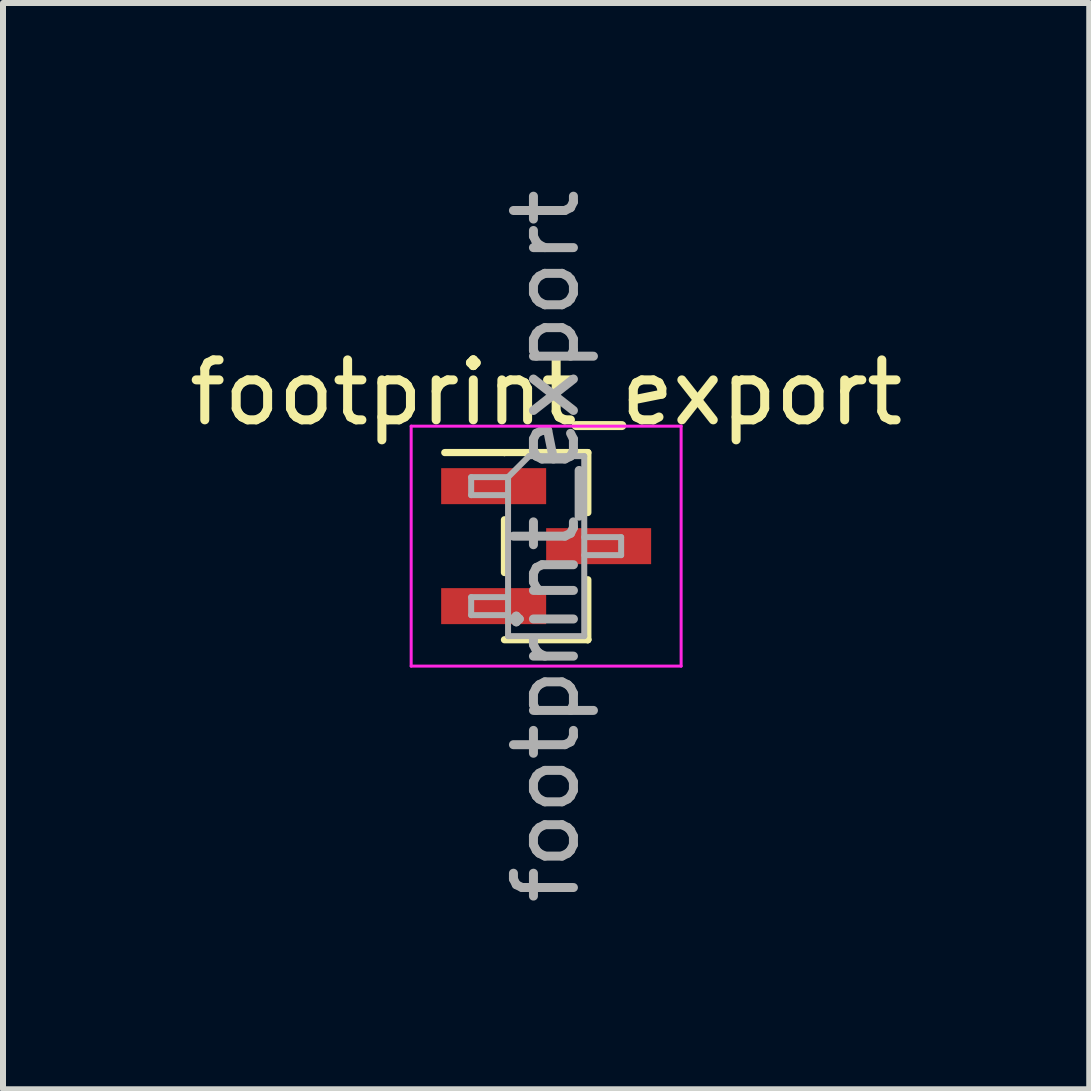
<source format=kicad_pcb>
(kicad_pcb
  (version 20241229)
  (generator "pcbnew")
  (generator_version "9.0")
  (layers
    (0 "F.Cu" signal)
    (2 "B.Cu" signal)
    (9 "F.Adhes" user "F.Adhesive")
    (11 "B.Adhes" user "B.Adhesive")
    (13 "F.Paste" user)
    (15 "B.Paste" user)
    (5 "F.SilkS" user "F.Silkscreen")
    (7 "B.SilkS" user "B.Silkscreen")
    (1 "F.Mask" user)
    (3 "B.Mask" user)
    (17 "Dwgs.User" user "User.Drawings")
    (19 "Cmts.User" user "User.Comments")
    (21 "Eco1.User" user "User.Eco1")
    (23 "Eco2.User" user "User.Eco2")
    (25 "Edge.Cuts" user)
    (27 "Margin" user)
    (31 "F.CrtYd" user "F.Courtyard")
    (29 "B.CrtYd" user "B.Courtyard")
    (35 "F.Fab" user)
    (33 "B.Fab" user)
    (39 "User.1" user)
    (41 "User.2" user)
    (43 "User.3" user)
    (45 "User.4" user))
  (footprint "footprint_export"
    (layer "F.Cu")
    (at 6.054 6.054)
    (property "Reference" "footprint_export" (at 0 -2.56 0) (layer "F.SilkS") (effects (font (size 1 1) (thickness 0.15))))
    (attr smd)
    (fp_line (start -0.695 -1.56) (end -1.69 -1.56) (stroke (width 0.12) (type solid)) (layer "F.SilkS"))
    (fp_line (start -0.695 -1.56) (end -0.695 -1.56) (stroke (width 0.12) (type solid)) (layer "F.SilkS"))
    (fp_line (start -0.695 -1.56) (end 0.695 -1.56) (stroke (width 0.12) (type solid)) (layer "F.SilkS"))
    (fp_line (start -0.695 -0.44) (end -0.695 0.44) (stroke (width 0.12) (type solid)) (layer "F.SilkS"))
    (fp_line (start -0.695 1.56) (end 0.695 1.56) (stroke (width 0.12) (type solid)) (layer "F.SilkS"))
    (fp_line (start 0.695 -1.56) (end 0.695 -0.56) (stroke (width 0.12) (type solid)) (layer "F.SilkS"))
    (fp_line (start 0.695 0.56) (end 0.695 1.56) (stroke (width 0.12) (type solid)) (layer "F.SilkS"))
    (fp_line (start 0.695 1.56) (end 0.695 1.56) (stroke (width 0.12) (type solid)) (layer "F.SilkS"))
    (fp_line (start -2.25 -2) (end -2.25 2) (stroke (width 0.05) (type solid)) (layer "F.CrtYd"))
    (fp_line (start -2.25 2) (end 2.25 2) (stroke (width 0.05) (type solid)) (layer "F.CrtYd"))
    (fp_line (start 2.25 -2) (end -2.25 -2) (stroke (width 0.05) (type solid)) (layer "F.CrtYd"))
    (fp_line (start 2.25 2) (end 2.25 -2) (stroke (width 0.05) (type solid)) (layer "F.CrtYd"))
    (fp_line (start -1.25 -1.15) (end -1.25 -0.85) (stroke (width 0.1) (type solid)) (layer "F.Fab"))
    (fp_line (start -1.25 -0.85) (end -0.635 -0.85) (stroke (width 0.1) (type solid)) (layer "F.Fab"))
    (fp_line (start -1.25 0.85) (end -1.25 1.15) (stroke (width 0.1) (type solid)) (layer "F.Fab"))
    (fp_line (start -1.25 1.15) (end -0.635 1.15) (stroke (width 0.1) (type solid)) (layer "F.Fab"))
    (fp_line (start -0.635 -1.15) (end -1.25 -1.15) (stroke (width 0.1) (type solid)) (layer "F.Fab"))
    (fp_line (start -0.635 -1.15) (end -0.285 -1.5) (stroke (width 0.1) (type solid)) (layer "F.Fab"))
    (fp_line (start -0.635 0.85) (end -1.25 0.85) (stroke (width 0.1) (type solid)) (layer "F.Fab"))
    (fp_line (start -0.635 1.5) (end -0.635 -1.15) (stroke (width 0.1) (type solid)) (layer "F.Fab"))
    (fp_line (start -0.285 -1.5) (end 0.635 -1.5) (stroke (width 0.1) (type solid)) (layer "F.Fab"))
    (fp_line (start 0.635 -1.5) (end 0.635 1.5) (stroke (width 0.1) (type solid)) (layer "F.Fab"))
    (fp_line (start 0.635 -0.15) (end 1.25 -0.15) (stroke (width 0.1) (type solid)) (layer "F.Fab"))
    (fp_line (start 0.635 1.5) (end -0.635 1.5) (stroke (width 0.1) (type solid)) (layer "F.Fab"))
    (fp_line (start 1.25 -0.15) (end 1.25 0.15) (stroke (width 0.1) (type solid)) (layer "F.Fab"))
    (fp_line (start 1.25 0.15) (end 0.635 0.15) (stroke (width 0.1) (type solid)) (layer "F.Fab"))
    (fp_text user "${REFERENCE}" (at 0 0 90) (layer "F.Fab") (effects (font (size 1 1) (thickness 0.15))))
    (pad "1" smd rect (at -0.875 -1) (size 1.75 0.6) (layers "F.Cu" "F.Mask" "F.Paste"))
    (pad "2" smd rect (at 0.875 0) (size 1.75 0.6) (layers "F.Cu" "F.Mask" "F.Paste"))
    (pad "3" smd rect (at -0.875 1) (size 1.75 0.6) (layers "F.Cu" "F.Mask" "F.Paste")))
  (gr_rect
    (start -3 -3)
    (end 15.107 15.107)
    (stroke (width 0.1) (type default))
    (fill no)
    (layer "Edge.Cuts")))
</source>
